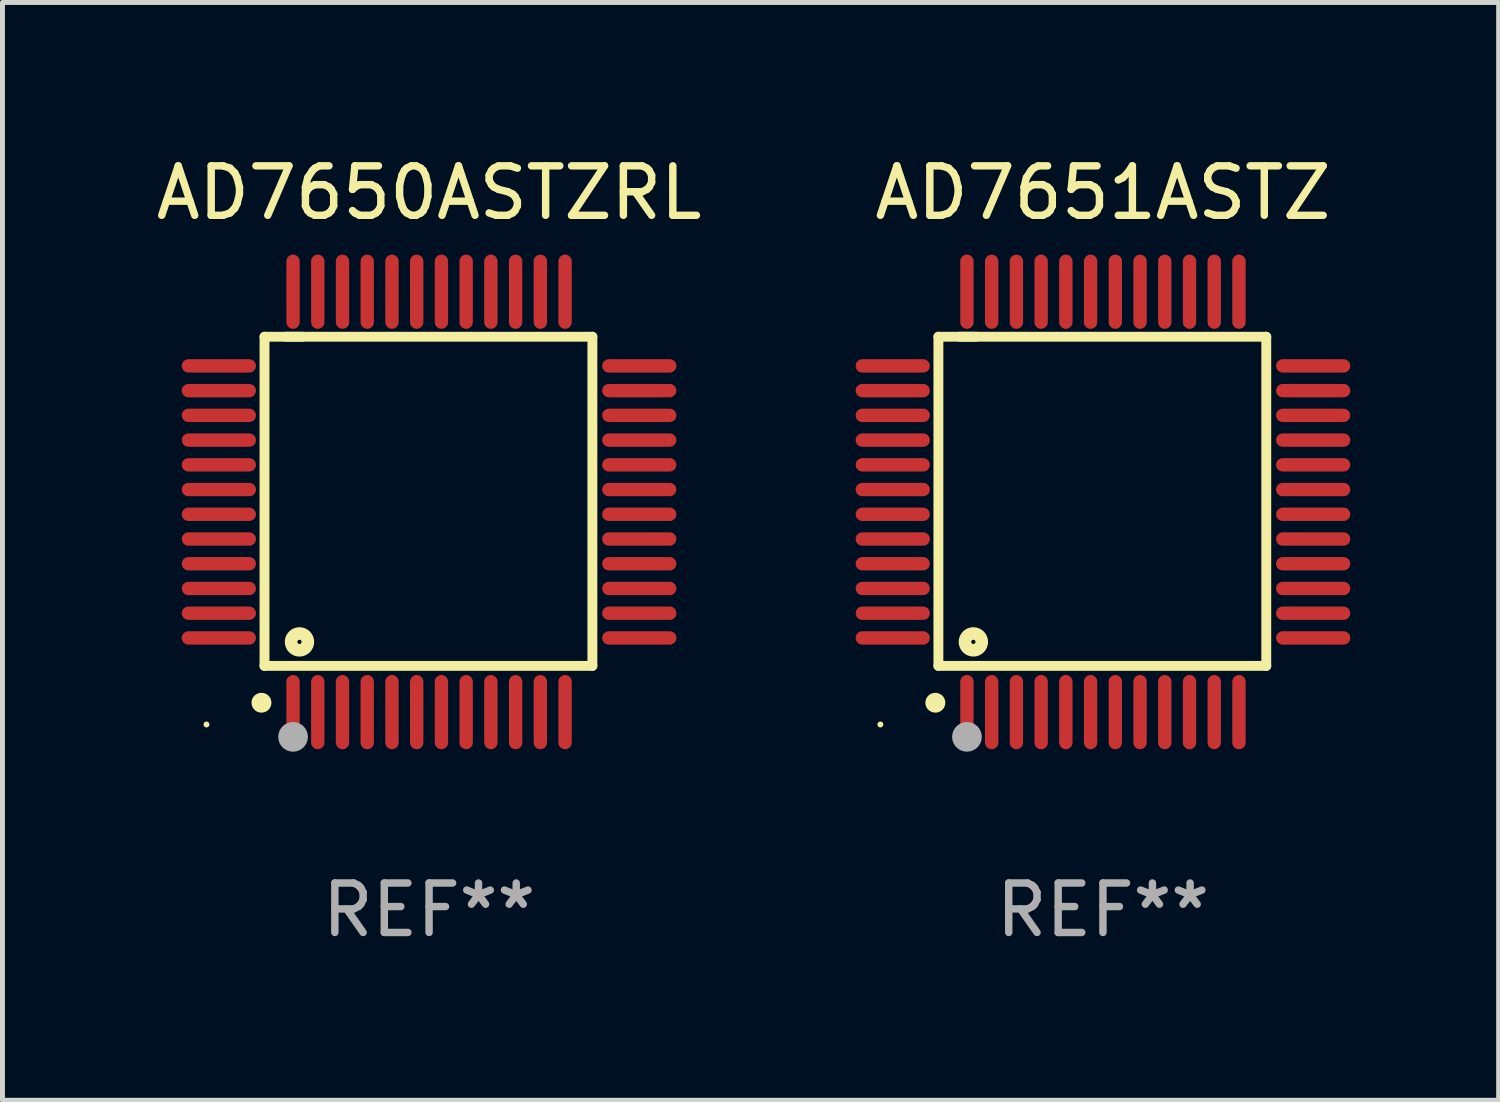
<source format=kicad_pcb>
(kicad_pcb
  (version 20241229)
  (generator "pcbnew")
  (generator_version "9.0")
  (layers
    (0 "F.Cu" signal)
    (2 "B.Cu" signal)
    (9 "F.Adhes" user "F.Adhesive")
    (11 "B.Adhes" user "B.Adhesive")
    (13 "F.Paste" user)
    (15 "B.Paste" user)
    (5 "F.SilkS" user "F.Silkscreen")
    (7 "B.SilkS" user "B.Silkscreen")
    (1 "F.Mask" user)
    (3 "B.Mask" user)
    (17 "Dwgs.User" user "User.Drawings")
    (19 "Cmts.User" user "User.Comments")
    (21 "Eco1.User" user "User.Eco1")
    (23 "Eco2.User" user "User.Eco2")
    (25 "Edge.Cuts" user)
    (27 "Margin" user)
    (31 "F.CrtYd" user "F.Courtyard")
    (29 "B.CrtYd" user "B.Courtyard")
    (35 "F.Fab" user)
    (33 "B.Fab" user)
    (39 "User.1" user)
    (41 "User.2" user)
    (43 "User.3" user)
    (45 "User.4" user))
  (footprint "AD7651ASTZ"
    (layer "F.Cu")
    (at 19.25 7.098)
    (property "Reference" "AD7651ASTZ" (at 0 -6.25 0) (layer "F.SilkS") (effects (font (size 1 1) (thickness 0.15))))
    (attr through_hole)
    (fp_line (start -3.327 -3.34) (end -2.565 -3.34) (stroke (width 0.2) (type solid)) (layer "F.SilkS"))
    (fp_line (start -3.327 3.315) (end -3.327 -3.34) (stroke (width 0.2) (type solid)) (layer "F.SilkS"))
    (fp_line (start -2.896 -3.34) (end 3.302 -3.34) (stroke (width 0.2) (type solid)) (layer "F.SilkS"))
    (fp_line (start 3.302 -3.34) (end 3.302 3.315) (stroke (width 0.2) (type solid)) (layer "F.SilkS"))
    (fp_line (start 3.302 3.315) (end -3.327 3.315) (stroke (width 0.2) (type solid)) (layer "F.SilkS"))
    (fp_arc (start -3.389992 4.059995) (mid -3.388722 4.059991) (end -3.387452 4.059995) (stroke (width 0.4) (type solid)) (layer "F.SilkS"))
    (fp_circle (center -4.5 4.5) (end -4.47 4.5) (stroke (width 0.06) (type solid)) (fill no) (layer "F.SilkS"))
    (fp_circle (center -2.62 2.83) (end -2.45 2.83) (stroke (width 0.254) (type solid)) (fill no) (layer "F.SilkS"))
    (fp_circle (center -2.75 4.75) (end -2.6 4.75) (stroke (width 0.3) (type solid)) (fill no) (layer "F.Fab"))
    (fp_text user "REF**" (at 0 8.25 0) (layer "F.Fab") (effects (font (size 1 1) (thickness 0.15))))
    (pad "1" smd oval (at -2.75 4.25) (size 0.27 1.5) (layers "F.Cu" "F.Mask" "F.Paste"))
    (pad "2" smd oval (at -2.25 4.25) (size 0.27 1.5) (layers "F.Cu" "F.Mask" "F.Paste"))
    (pad "3" smd oval (at -1.75 4.25) (size 0.27 1.5) (layers "F.Cu" "F.Mask" "F.Paste"))
    (pad "4" smd oval (at -1.25 4.25) (size 0.27 1.5) (layers "F.Cu" "F.Mask" "F.Paste"))
    (pad "5" smd oval (at -0.75 4.25) (size 0.27 1.5) (layers "F.Cu" "F.Mask" "F.Paste"))
    (pad "6" smd oval (at -0.25 4.25) (size 0.27 1.5) (layers "F.Cu" "F.Mask" "F.Paste"))
    (pad "7" smd oval (at 0.25 4.25) (size 0.27 1.5) (layers "F.Cu" "F.Mask" "F.Paste"))
    (pad "8" smd oval (at 0.75 4.25) (size 0.27 1.5) (layers "F.Cu" "F.Mask" "F.Paste"))
    (pad "9" smd oval (at 1.25 4.25) (size 0.27 1.5) (layers "F.Cu" "F.Mask" "F.Paste"))
    (pad "10" smd oval (at 1.75 4.25) (size 0.27 1.5) (layers "F.Cu" "F.Mask" "F.Paste"))
    (pad "11" smd oval (at 2.25 4.25) (size 0.27 1.5) (layers "F.Cu" "F.Mask" "F.Paste"))
    (pad "12" smd oval (at 2.75 4.25) (size 0.27 1.5) (layers "F.Cu" "F.Mask" "F.Paste"))
    (pad "13" smd oval (at 4.25 2.75) (size 1.5 0.27) (layers "F.Cu" "F.Mask" "F.Paste"))
    (pad "14" smd oval (at 4.25 2.25) (size 1.5 0.27) (layers "F.Cu" "F.Mask" "F.Paste"))
    (pad "15" smd oval (at 4.25 1.75) (size 1.5 0.27) (layers "F.Cu" "F.Mask" "F.Paste"))
    (pad "16" smd oval (at 4.25 1.25) (size 1.5 0.27) (layers "F.Cu" "F.Mask" "F.Paste"))
    (pad "17" smd oval (at 4.25 0.75) (size 1.5 0.27) (layers "F.Cu" "F.Mask" "F.Paste"))
    (pad "18" smd oval (at 4.25 0.25) (size 1.5 0.27) (layers "F.Cu" "F.Mask" "F.Paste"))
    (pad "19" smd oval (at 4.25 -0.25) (size 1.5 0.27) (layers "F.Cu" "F.Mask" "F.Paste"))
    (pad "20" smd oval (at 4.25 -0.75) (size 1.5 0.27) (layers "F.Cu" "F.Mask" "F.Paste"))
    (pad "21" smd oval (at 4.25 -1.25) (size 1.5 0.27) (layers "F.Cu" "F.Mask" "F.Paste"))
    (pad "22" smd oval (at 4.25 -1.75) (size 1.5 0.27) (layers "F.Cu" "F.Mask" "F.Paste"))
    (pad "23" smd oval (at 4.25 -2.25) (size 1.5 0.27) (layers "F.Cu" "F.Mask" "F.Paste"))
    (pad "24" smd oval (at 4.25 -2.75) (size 1.5 0.27) (layers "F.Cu" "F.Mask" "F.Paste"))
    (pad "25" smd oval (at 2.75 -4.25) (size 0.27 1.5) (layers "F.Cu" "F.Mask" "F.Paste"))
    (pad "26" smd oval (at 2.25 -4.25) (size 0.27 1.5) (layers "F.Cu" "F.Mask" "F.Paste"))
    (pad "27" smd oval (at 1.75 -4.25) (size 0.27 1.5) (layers "F.Cu" "F.Mask" "F.Paste"))
    (pad "28" smd oval (at 1.25 -4.25) (size 0.27 1.5) (layers "F.Cu" "F.Mask" "F.Paste"))
    (pad "29" smd oval (at 0.75 -4.25) (size 0.27 1.5) (layers "F.Cu" "F.Mask" "F.Paste"))
    (pad "30" smd oval (at 0.25 -4.25) (size 0.27 1.5) (layers "F.Cu" "F.Mask" "F.Paste"))
    (pad "31" smd oval (at -0.25 -4.25) (size 0.27 1.5) (layers "F.Cu" "F.Mask" "F.Paste"))
    (pad "32" smd oval (at -0.75 -4.25) (size 0.27 1.5) (layers "F.Cu" "F.Mask" "F.Paste"))
    (pad "33" smd oval (at -1.25 -4.25) (size 0.27 1.5) (layers "F.Cu" "F.Mask" "F.Paste"))
    (pad "34" smd oval (at -1.75 -4.25) (size 0.27 1.5) (layers "F.Cu" "F.Mask" "F.Paste"))
    (pad "35" smd oval (at -2.25 -4.25) (size 0.27 1.5) (layers "F.Cu" "F.Mask" "F.Paste"))
    (pad "36" smd oval (at -2.75 -4.25) (size 0.27 1.5) (layers "F.Cu" "F.Mask" "F.Paste"))
    (pad "37" smd oval (at -4.25 -2.75) (size 1.5 0.27) (layers "F.Cu" "F.Mask" "F.Paste"))
    (pad "38" smd oval (at -4.25 -2.25) (size 1.5 0.27) (layers "F.Cu" "F.Mask" "F.Paste"))
    (pad "39" smd oval (at -4.25 -1.75) (size 1.5 0.27) (layers "F.Cu" "F.Mask" "F.Paste"))
    (pad "40" smd oval (at -4.25 -1.25) (size 1.5 0.27) (layers "F.Cu" "F.Mask" "F.Paste"))
    (pad "41" smd oval (at -4.25 -0.75) (size 1.5 0.27) (layers "F.Cu" "F.Mask" "F.Paste"))
    (pad "42" smd oval (at -4.25 -0.25) (size 1.5 0.27) (layers "F.Cu" "F.Mask" "F.Paste"))
    (pad "43" smd oval (at -4.25 0.25) (size 1.5 0.27) (layers "F.Cu" "F.Mask" "F.Paste"))
    (pad "44" smd oval (at -4.25 0.75) (size 1.5 0.27) (layers "F.Cu" "F.Mask" "F.Paste"))
    (pad "45" smd oval (at -4.25 1.25) (size 1.5 0.27) (layers "F.Cu" "F.Mask" "F.Paste"))
    (pad "46" smd oval (at -4.25 1.75) (size 1.5 0.27) (layers "F.Cu" "F.Mask" "F.Paste"))
    (pad "47" smd oval (at -4.25 2.25) (size 1.5 0.27) (layers "F.Cu" "F.Mask" "F.Paste"))
    (pad "48" smd oval (at -4.25 2.75) (size 1.5 0.27) (layers "F.Cu" "F.Mask" "F.Paste")))
  (footprint "AD7650ASTZRL"
    (layer "F.Cu")
    (at 5.625 7.098)
    (property "Reference" "AD7650ASTZRL" (at 0 -6.25 0) (layer "F.SilkS") (effects (font (size 1 1) (thickness 0.15))))
    (attr through_hole)
    (fp_line (start -3.327 -3.34) (end -2.565 -3.34) (stroke (width 0.2) (type solid)) (layer "F.SilkS"))
    (fp_line (start -3.327 3.315) (end -3.327 -3.34) (stroke (width 0.2) (type solid)) (layer "F.SilkS"))
    (fp_line (start -2.896 -3.34) (end 3.302 -3.34) (stroke (width 0.2) (type solid)) (layer "F.SilkS"))
    (fp_line (start 3.302 -3.34) (end 3.302 3.315) (stroke (width 0.2) (type solid)) (layer "F.SilkS"))
    (fp_line (start 3.302 3.315) (end -3.327 3.315) (stroke (width 0.2) (type solid)) (layer "F.SilkS"))
    (fp_arc (start -3.389992 4.059995) (mid -3.388722 4.059991) (end -3.387452 4.059995) (stroke (width 0.4) (type solid)) (layer "F.SilkS"))
    (fp_circle (center -4.5 4.5) (end -4.47 4.5) (stroke (width 0.06) (type solid)) (fill no) (layer "F.SilkS"))
    (fp_circle (center -2.62 2.83) (end -2.45 2.83) (stroke (width 0.254) (type solid)) (fill no) (layer "F.SilkS"))
    (fp_circle (center -2.75 4.75) (end -2.6 4.75) (stroke (width 0.3) (type solid)) (fill no) (layer "F.Fab"))
    (fp_text user "REF**" (at 0 8.25 0) (layer "F.Fab") (effects (font (size 1 1) (thickness 0.15))))
    (pad "1" smd oval (at -2.75 4.25) (size 0.27 1.5) (layers "F.Cu" "F.Mask" "F.Paste"))
    (pad "2" smd oval (at -2.25 4.25) (size 0.27 1.5) (layers "F.Cu" "F.Mask" "F.Paste"))
    (pad "3" smd oval (at -1.75 4.25) (size 0.27 1.5) (layers "F.Cu" "F.Mask" "F.Paste"))
    (pad "4" smd oval (at -1.25 4.25) (size 0.27 1.5) (layers "F.Cu" "F.Mask" "F.Paste"))
    (pad "5" smd oval (at -0.75 4.25) (size 0.27 1.5) (layers "F.Cu" "F.Mask" "F.Paste"))
    (pad "6" smd oval (at -0.25 4.25) (size 0.27 1.5) (layers "F.Cu" "F.Mask" "F.Paste"))
    (pad "7" smd oval (at 0.25 4.25) (size 0.27 1.5) (layers "F.Cu" "F.Mask" "F.Paste"))
    (pad "8" smd oval (at 0.75 4.25) (size 0.27 1.5) (layers "F.Cu" "F.Mask" "F.Paste"))
    (pad "9" smd oval (at 1.25 4.25) (size 0.27 1.5) (layers "F.Cu" "F.Mask" "F.Paste"))
    (pad "10" smd oval (at 1.75 4.25) (size 0.27 1.5) (layers "F.Cu" "F.Mask" "F.Paste"))
    (pad "11" smd oval (at 2.25 4.25) (size 0.27 1.5) (layers "F.Cu" "F.Mask" "F.Paste"))
    (pad "12" smd oval (at 2.75 4.25) (size 0.27 1.5) (layers "F.Cu" "F.Mask" "F.Paste"))
    (pad "13" smd oval (at 4.25 2.75) (size 1.5 0.27) (layers "F.Cu" "F.Mask" "F.Paste"))
    (pad "14" smd oval (at 4.25 2.25) (size 1.5 0.27) (layers "F.Cu" "F.Mask" "F.Paste"))
    (pad "15" smd oval (at 4.25 1.75) (size 1.5 0.27) (layers "F.Cu" "F.Mask" "F.Paste"))
    (pad "16" smd oval (at 4.25 1.25) (size 1.5 0.27) (layers "F.Cu" "F.Mask" "F.Paste"))
    (pad "17" smd oval (at 4.25 0.75) (size 1.5 0.27) (layers "F.Cu" "F.Mask" "F.Paste"))
    (pad "18" smd oval (at 4.25 0.25) (size 1.5 0.27) (layers "F.Cu" "F.Mask" "F.Paste"))
    (pad "19" smd oval (at 4.25 -0.25) (size 1.5 0.27) (layers "F.Cu" "F.Mask" "F.Paste"))
    (pad "20" smd oval (at 4.25 -0.75) (size 1.5 0.27) (layers "F.Cu" "F.Mask" "F.Paste"))
    (pad "21" smd oval (at 4.25 -1.25) (size 1.5 0.27) (layers "F.Cu" "F.Mask" "F.Paste"))
    (pad "22" smd oval (at 4.25 -1.75) (size 1.5 0.27) (layers "F.Cu" "F.Mask" "F.Paste"))
    (pad "23" smd oval (at 4.25 -2.25) (size 1.5 0.27) (layers "F.Cu" "F.Mask" "F.Paste"))
    (pad "24" smd oval (at 4.25 -2.75) (size 1.5 0.27) (layers "F.Cu" "F.Mask" "F.Paste"))
    (pad "25" smd oval (at 2.75 -4.25) (size 0.27 1.5) (layers "F.Cu" "F.Mask" "F.Paste"))
    (pad "26" smd oval (at 2.25 -4.25) (size 0.27 1.5) (layers "F.Cu" "F.Mask" "F.Paste"))
    (pad "27" smd oval (at 1.75 -4.25) (size 0.27 1.5) (layers "F.Cu" "F.Mask" "F.Paste"))
    (pad "28" smd oval (at 1.25 -4.25) (size 0.27 1.5) (layers "F.Cu" "F.Mask" "F.Paste"))
    (pad "29" smd oval (at 0.75 -4.25) (size 0.27 1.5) (layers "F.Cu" "F.Mask" "F.Paste"))
    (pad "30" smd oval (at 0.25 -4.25) (size 0.27 1.5) (layers "F.Cu" "F.Mask" "F.Paste"))
    (pad "31" smd oval (at -0.25 -4.25) (size 0.27 1.5) (layers "F.Cu" "F.Mask" "F.Paste"))
    (pad "32" smd oval (at -0.75 -4.25) (size 0.27 1.5) (layers "F.Cu" "F.Mask" "F.Paste"))
    (pad "33" smd oval (at -1.25 -4.25) (size 0.27 1.5) (layers "F.Cu" "F.Mask" "F.Paste"))
    (pad "34" smd oval (at -1.75 -4.25) (size 0.27 1.5) (layers "F.Cu" "F.Mask" "F.Paste"))
    (pad "35" smd oval (at -2.25 -4.25) (size 0.27 1.5) (layers "F.Cu" "F.Mask" "F.Paste"))
    (pad "36" smd oval (at -2.75 -4.25) (size 0.27 1.5) (layers "F.Cu" "F.Mask" "F.Paste"))
    (pad "37" smd oval (at -4.25 -2.75) (size 1.5 0.27) (layers "F.Cu" "F.Mask" "F.Paste"))
    (pad "38" smd oval (at -4.25 -2.25) (size 1.5 0.27) (layers "F.Cu" "F.Mask" "F.Paste"))
    (pad "39" smd oval (at -4.25 -1.75) (size 1.5 0.27) (layers "F.Cu" "F.Mask" "F.Paste"))
    (pad "40" smd oval (at -4.25 -1.25) (size 1.5 0.27) (layers "F.Cu" "F.Mask" "F.Paste"))
    (pad "41" smd oval (at -4.25 -0.75) (size 1.5 0.27) (layers "F.Cu" "F.Mask" "F.Paste"))
    (pad "42" smd oval (at -4.25 -0.25) (size 1.5 0.27) (layers "F.Cu" "F.Mask" "F.Paste"))
    (pad "43" smd oval (at -4.25 0.25) (size 1.5 0.27) (layers "F.Cu" "F.Mask" "F.Paste"))
    (pad "44" smd oval (at -4.25 0.75) (size 1.5 0.27) (layers "F.Cu" "F.Mask" "F.Paste"))
    (pad "45" smd oval (at -4.25 1.25) (size 1.5 0.27) (layers "F.Cu" "F.Mask" "F.Paste"))
    (pad "46" smd oval (at -4.25 1.75) (size 1.5 0.27) (layers "F.Cu" "F.Mask" "F.Paste"))
    (pad "47" smd oval (at -4.25 2.25) (size 1.5 0.27) (layers "F.Cu" "F.Mask" "F.Paste"))
    (pad "48" smd oval (at -4.25 2.75) (size 1.5 0.27) (layers "F.Cu" "F.Mask" "F.Paste")))
  (gr_rect
    (start -3 -3)
    (end 27.25 19.196)
    (stroke (width 0.1) (type default))
    (fill no)
    (layer "Edge.Cuts")))
</source>
